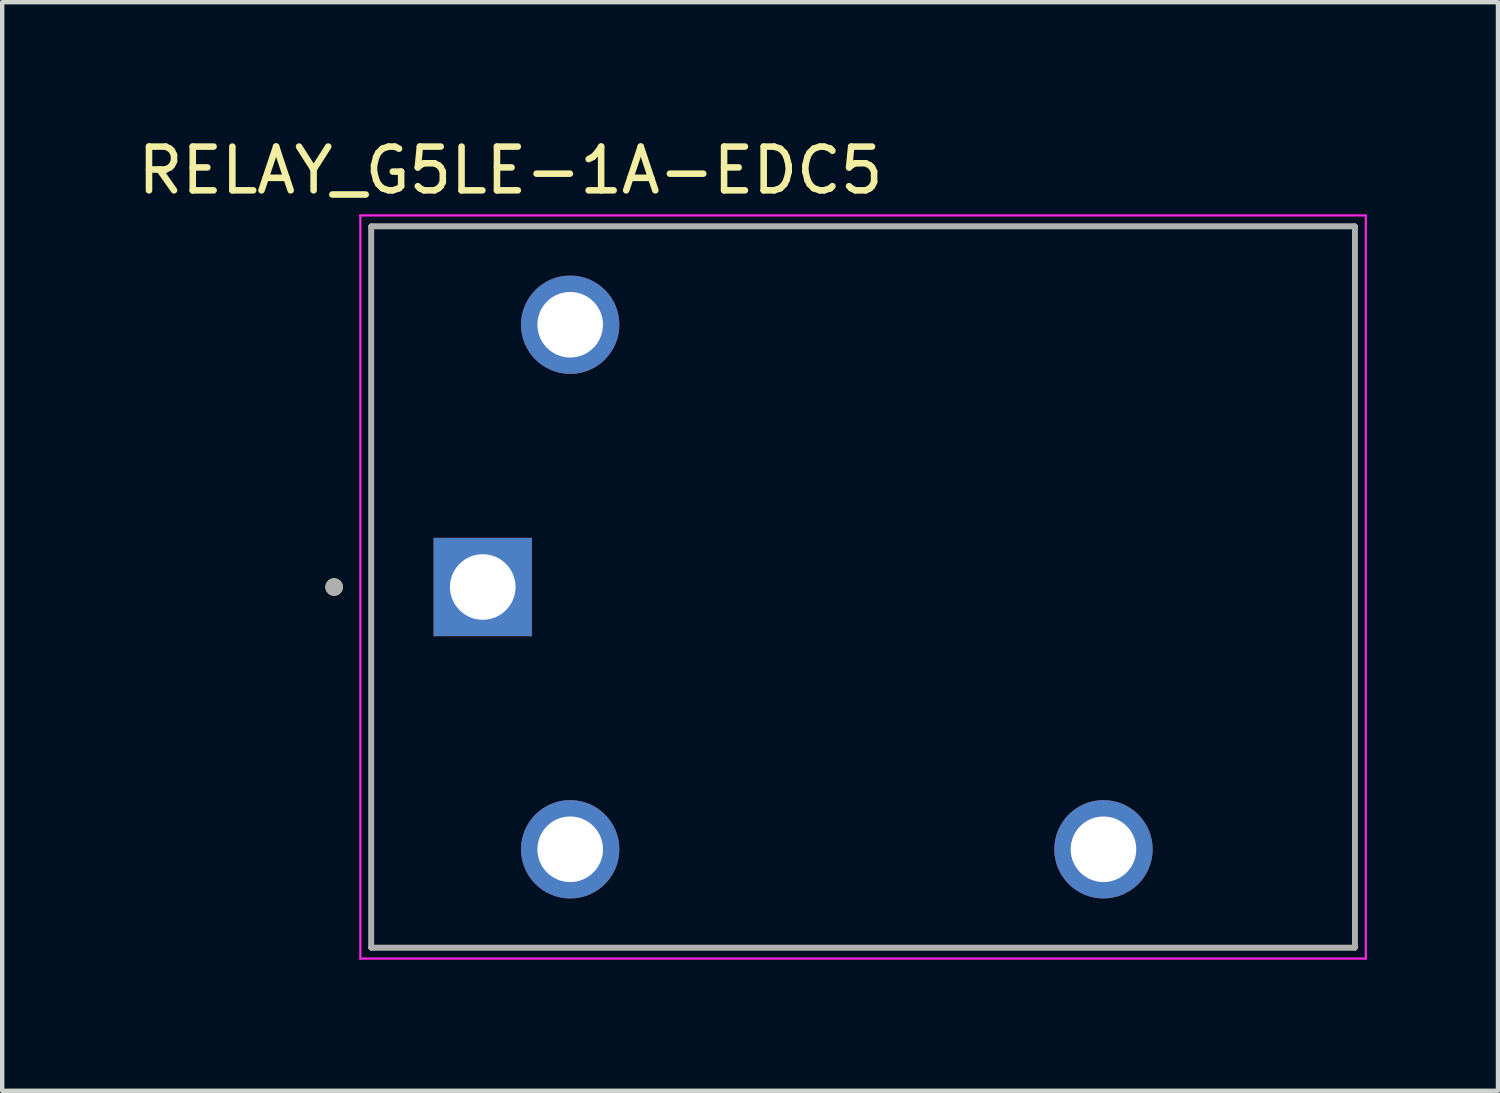
<source format=kicad_pcb>
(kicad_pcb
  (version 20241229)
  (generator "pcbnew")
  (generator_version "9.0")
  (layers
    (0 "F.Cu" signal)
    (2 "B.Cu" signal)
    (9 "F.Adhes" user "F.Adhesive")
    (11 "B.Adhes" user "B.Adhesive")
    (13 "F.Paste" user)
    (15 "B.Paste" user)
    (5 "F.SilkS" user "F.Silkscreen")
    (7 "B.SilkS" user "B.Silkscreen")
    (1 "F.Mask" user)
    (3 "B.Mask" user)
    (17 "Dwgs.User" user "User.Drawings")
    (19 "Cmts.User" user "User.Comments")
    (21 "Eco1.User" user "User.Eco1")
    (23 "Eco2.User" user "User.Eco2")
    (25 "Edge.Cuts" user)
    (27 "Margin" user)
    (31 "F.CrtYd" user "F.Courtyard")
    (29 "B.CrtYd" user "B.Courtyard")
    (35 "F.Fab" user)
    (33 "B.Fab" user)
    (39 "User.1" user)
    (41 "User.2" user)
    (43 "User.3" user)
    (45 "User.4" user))
  (footprint "RELAY_G5LE-1A-EDC5"
    (layer "F.Cu")
    (at 7.994 10.379)
    (property "Reference" "RELAY_G5LE-1A-EDC5" (at 0.635 -9.53 0) (layer "F.SilkS") (effects (font (size 1.001 1.001) (thickness 0.15))))
    (attr through_hole)
    (fp_line (start -2.55 -8.25) (end 19.95 -8.25) (stroke (width 0.127) (type solid)) (layer "F.SilkS"))
    (fp_line (start -2.55 8.25) (end -2.55 -8.25) (stroke (width 0.127) (type solid)) (layer "F.SilkS"))
    (fp_line (start 19.95 -8.25) (end 19.95 8.25) (stroke (width 0.127) (type solid)) (layer "F.SilkS"))
    (fp_line (start 19.95 8.25) (end -2.55 8.25) (stroke (width 0.127) (type solid)) (layer "F.SilkS"))
    (fp_circle (center -3.4 0) (end -3.3 0) (stroke (width 0.2) (type solid)) (fill no) (layer "F.SilkS"))
    (fp_line (start -2.8 -8.5) (end -2.8 8.5) (stroke (width 0.05) (type solid)) (layer "F.CrtYd"))
    (fp_line (start -2.8 8.5) (end 20.2 8.5) (stroke (width 0.05) (type solid)) (layer "F.CrtYd"))
    (fp_line (start 20.2 -8.5) (end -2.8 -8.5) (stroke (width 0.05) (type solid)) (layer "F.CrtYd"))
    (fp_line (start 20.2 8.5) (end 20.2 -8.5) (stroke (width 0.05) (type solid)) (layer "F.CrtYd"))
    (fp_line (start -2.55 -8.25) (end 19.95 -8.25) (stroke (width 0.127) (type solid)) (layer "F.Fab"))
    (fp_line (start -2.55 8.25) (end -2.55 -8.25) (stroke (width 0.127) (type solid)) (layer "F.Fab"))
    (fp_line (start 19.95 -8.25) (end 19.95 8.25) (stroke (width 0.127) (type solid)) (layer "F.Fab"))
    (fp_line (start 19.95 8.25) (end -2.55 8.25) (stroke (width 0.127) (type solid)) (layer "F.Fab"))
    (fp_circle (center -3.4 0) (end -3.3 0) (stroke (width 0.2) (type solid)) (fill no) (layer "F.Fab"))
    (pad "1" thru_hole rect (at 0 0) (size 2.25 2.25) (drill 1.5) (layers "*.Cu" "*.Mask"))
    (pad "2" thru_hole circle (at 2 6) (size 2.25 2.25) (drill 1.5) (layers "*.Cu" "*.Mask"))
    (pad "3" thru_hole circle (at 14.2 6) (size 2.25 2.25) (drill 1.5) (layers "*.Cu" "*.Mask"))
    (pad "5" thru_hole circle (at 2 -6) (size 2.25 2.25) (drill 1.5) (layers "*.Cu" "*.Mask")))
  (gr_rect
    (start -3 -3)
    (end 31.219 21.904)
    (stroke (width 0.1) (type default))
    (fill no)
    (layer "Edge.Cuts")))
</source>
